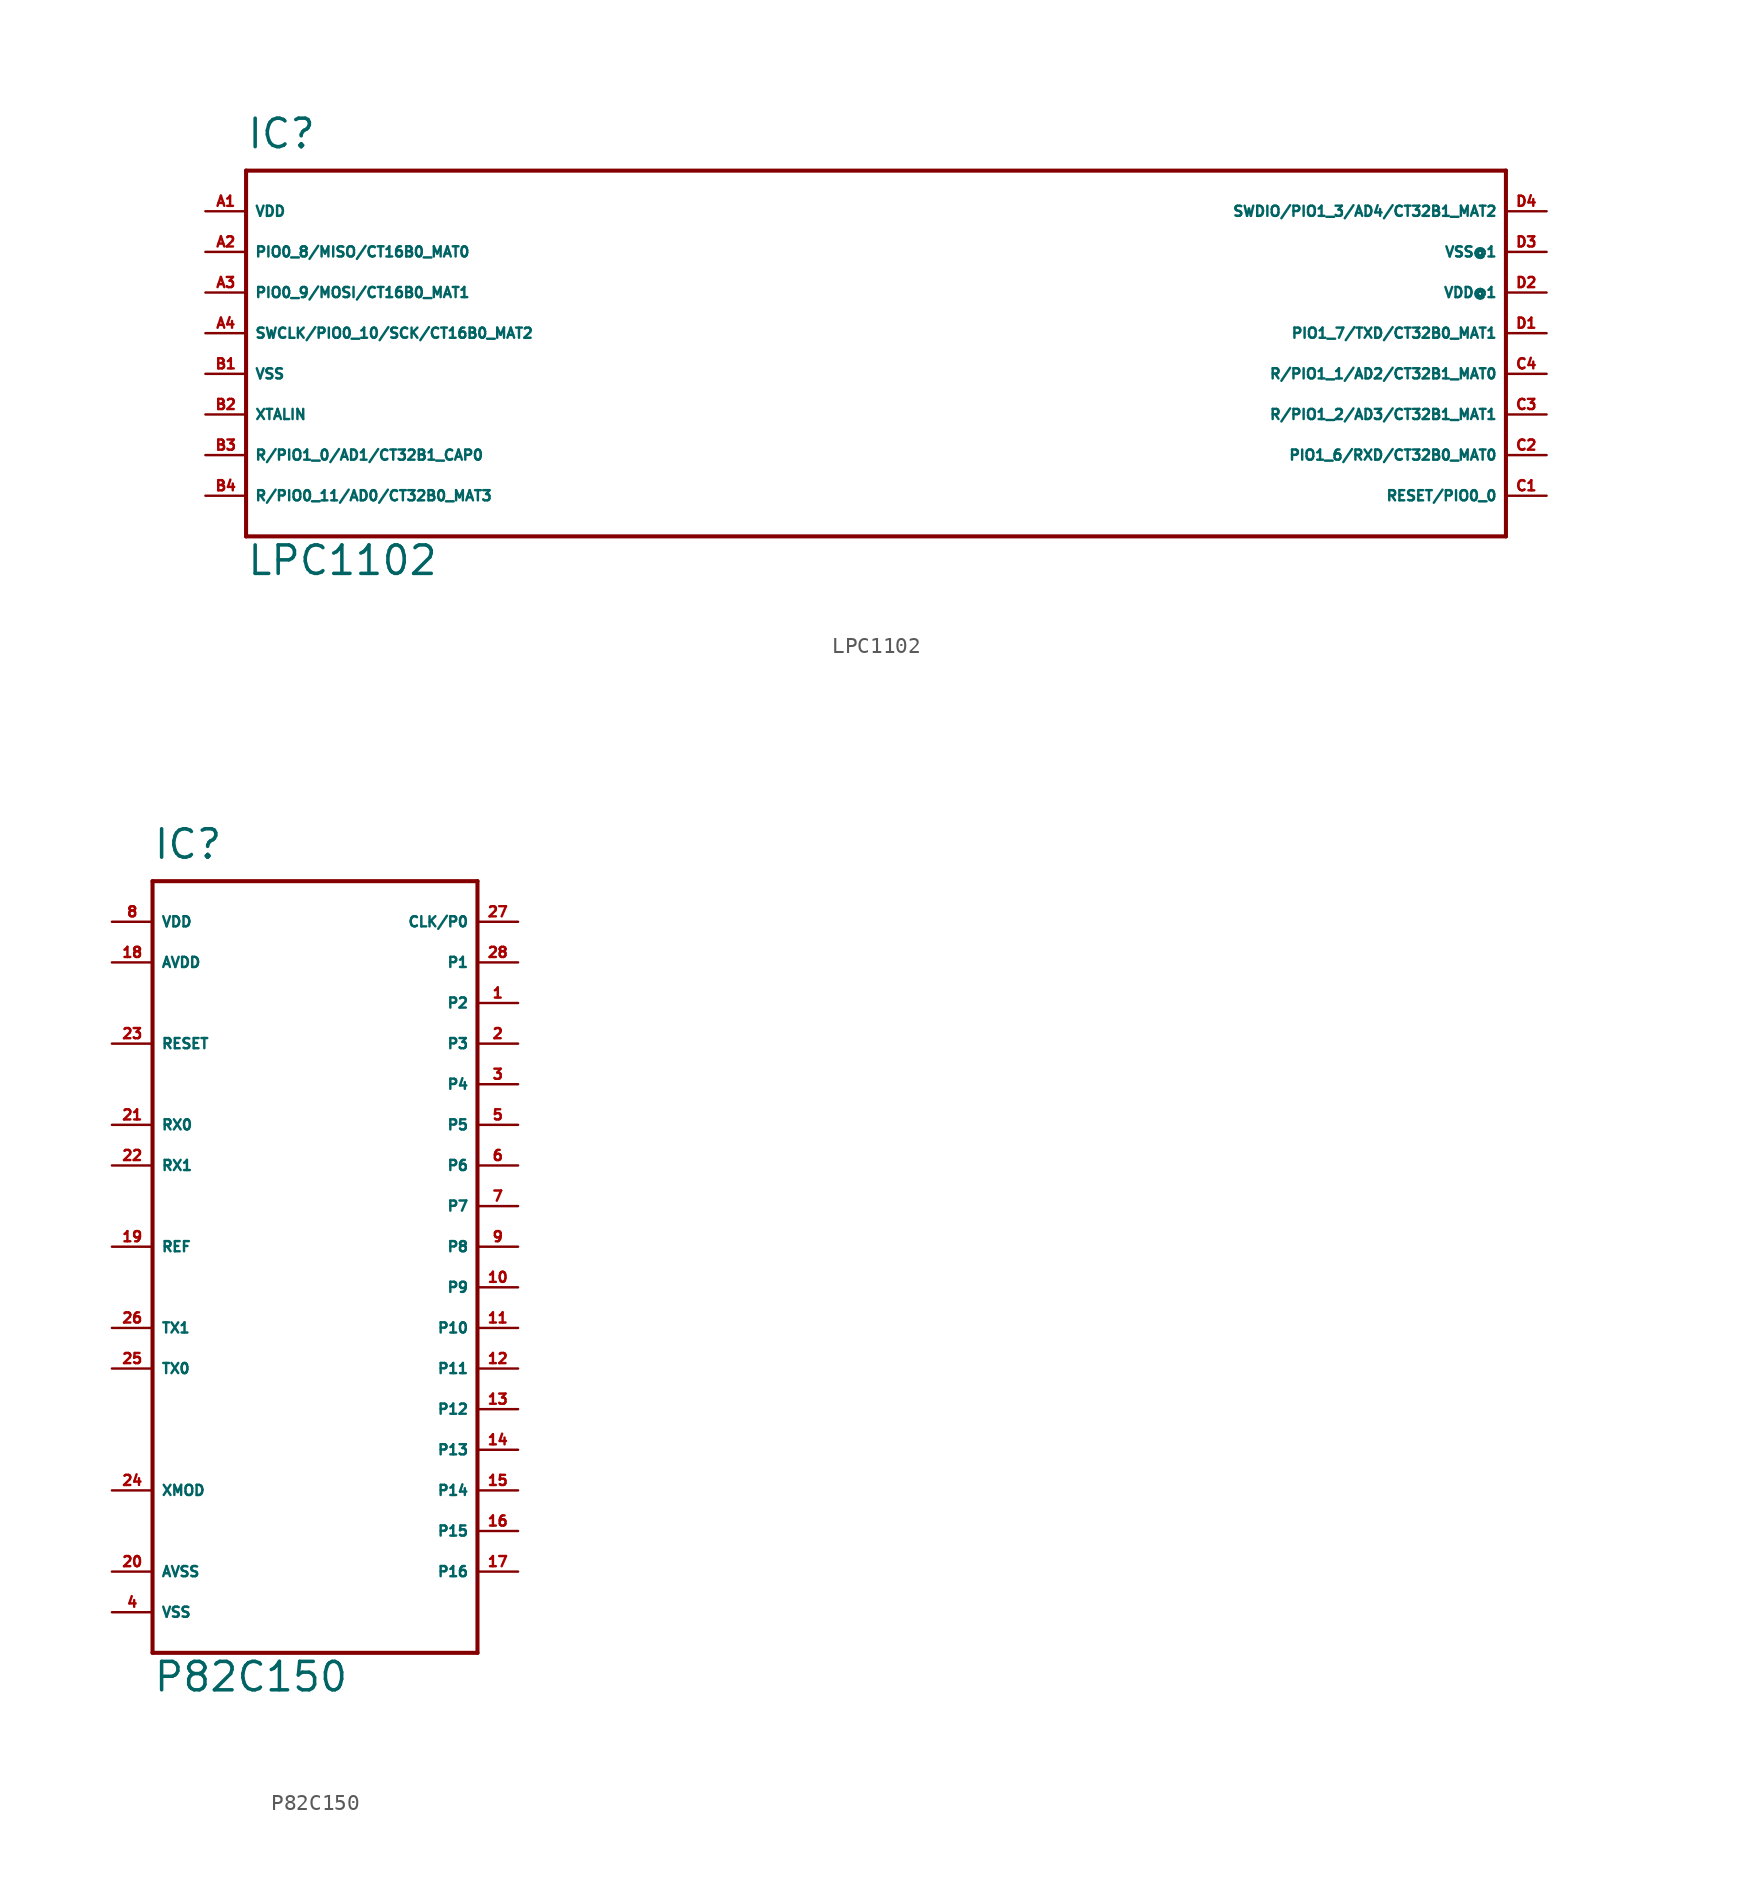
<source format=kicad_sym>
(kicad_symbol_lib
  (version 20220914)
  (generator Eagle2Kicad)
  (symbol "LPC1102"
    (property "Reference" "IC"
      (at -40.64 11.43 0)
      (effects (font (size 1.778 1.778) (thickness 0.22)) (justify left bottom)))
    (property "Value" "LPC1102"
      (at -40.64 -15.24 0)
      (effects (font (size 1.778 1.778) (thickness 0.22)) (justify left bottom)))
    (polyline
      (pts (xy -40.64 -12.7) (xy 38.1 -12.7))
      (stroke (width 0.254) (type default))
      (fill (type none)))
    (polyline
      (pts (xy 38.1 -12.7) (xy 38.1 10.16))
      (stroke (width 0.254) (type default))
      (fill (type none)))
    (polyline
      (pts (xy 38.1 10.16) (xy -40.64 10.16))
      (stroke (width 0.254) (type default))
      (fill (type none)))
    (polyline
      (pts (xy -40.64 10.16) (xy -40.64 -12.7))
      (stroke (width 0.254) (type default))
      (fill (type none)))
    (pin unspecified line
      (at -43.18 7.62 0)
      (length 2.54)
      (name "VDD" (effects (font (size 0.635 0.635) (thickness 0.08)) (justify left bottom)))
      (number "A1" (effects (font (size 0.635 0.635) (thickness 0.08)) (justify left bottom))))
    (pin bidirectional line
      (at -43.18 5.08 0)
      (length 2.54)
      (name "PIO0_8/MISO/CT16B0_MAT0" (effects (font (size 0.635 0.635) (thickness 0.08)) (justify left bottom)))
      (number "A2" (effects (font (size 0.635 0.635) (thickness 0.08)) (justify left bottom))))
    (pin bidirectional line
      (at -43.18 2.54 0)
      (length 2.54)
      (name "PIO0_9/MOSI/CT16B0_MAT1" (effects (font (size 0.635 0.635) (thickness 0.08)) (justify left bottom)))
      (number "A3" (effects (font (size 0.635 0.635) (thickness 0.08)) (justify left bottom))))
    (pin bidirectional line
      (at -43.18 0 0)
      (length 2.54)
      (name "SWCLK/PIO0_10/SCK/CT16B0_MAT2" (effects (font (size 0.635 0.635) (thickness 0.08)) (justify left bottom)))
      (number "A4" (effects (font (size 0.635 0.635) (thickness 0.08)) (justify left bottom))))
    (pin unspecified line
      (at -43.18 -2.54 0)
      (length 2.54)
      (name "VSS" (effects (font (size 0.635 0.635) (thickness 0.08)) (justify left bottom)))
      (number "B1" (effects (font (size 0.635 0.635) (thickness 0.08)) (justify left bottom))))
    (pin input line
      (at -43.18 -5.08 0)
      (length 2.54)
      (name "XTALIN" (effects (font (size 0.635 0.635) (thickness 0.08)) (justify left bottom)))
      (number "B2" (effects (font (size 0.635 0.635) (thickness 0.08)) (justify left bottom))))
    (pin bidirectional line
      (at -43.18 -7.62 0)
      (length 2.54)
      (name "R/PIO1_0/AD1/CT32B1_CAP0" (effects (font (size 0.635 0.635) (thickness 0.08)) (justify left bottom)))
      (number "B3" (effects (font (size 0.635 0.635) (thickness 0.08)) (justify left bottom))))
    (pin bidirectional line
      (at -43.18 -10.16 0)
      (length 2.54)
      (name "R/PIO0_11/AD0/CT32B0_MAT3" (effects (font (size 0.635 0.635) (thickness 0.08)) (justify left bottom)))
      (number "B4" (effects (font (size 0.635 0.635) (thickness 0.08)) (justify left bottom))))
    (pin bidirectional line
      (at 40.64 -10.16 180)
      (length 2.54)
      (name "RESET/PIO0_0" (effects (font (size 0.635 0.635) (thickness 0.08)) (justify left bottom)))
      (number "C1" (effects (font (size 0.635 0.635) (thickness 0.08)) (justify left bottom))))
    (pin bidirectional line
      (at 40.64 -7.62 180)
      (length 2.54)
      (name "PIO1_6/RXD/CT32B0_MAT0" (effects (font (size 0.635 0.635) (thickness 0.08)) (justify left bottom)))
      (number "C2" (effects (font (size 0.635 0.635) (thickness 0.08)) (justify left bottom))))
    (pin bidirectional line
      (at 40.64 -5.08 180)
      (length 2.54)
      (name "R/PIO1_2/AD3/CT32B1_MAT1" (effects (font (size 0.635 0.635) (thickness 0.08)) (justify left bottom)))
      (number "C3" (effects (font (size 0.635 0.635) (thickness 0.08)) (justify left bottom))))
    (pin bidirectional line
      (at 40.64 -2.54 180)
      (length 2.54)
      (name "R/PIO1_1/AD2/CT32B1_MAT0" (effects (font (size 0.635 0.635) (thickness 0.08)) (justify left bottom)))
      (number "C4" (effects (font (size 0.635 0.635) (thickness 0.08)) (justify left bottom))))
    (pin bidirectional line
      (at 40.64 0 180)
      (length 2.54)
      (name "PIO1_7/TXD/CT32B0_MAT1" (effects (font (size 0.635 0.635) (thickness 0.08)) (justify left bottom)))
      (number "D1" (effects (font (size 0.635 0.635) (thickness 0.08)) (justify left bottom))))
    (pin unspecified line
      (at 40.64 2.54 180)
      (length 2.54)
      (name "VDD@1" (effects (font (size 0.635 0.635) (thickness 0.08)) (justify left bottom)))
      (number "D2" (effects (font (size 0.635 0.635) (thickness 0.08)) (justify left bottom))))
    (pin unspecified line
      (at 40.64 5.08 180)
      (length 2.54)
      (name "VSS@1" (effects (font (size 0.635 0.635) (thickness 0.08)) (justify left bottom)))
      (number "D3" (effects (font (size 0.635 0.635) (thickness 0.08)) (justify left bottom))))
    (pin bidirectional line
      (at 40.64 7.62 180)
      (length 2.54)
      (name "SWDIO/PIO1_3/AD4/CT32B1_MAT2" (effects (font (size 0.635 0.635) (thickness 0.08)) (justify left bottom)))
      (number "D4" (effects (font (size 0.635 0.635) (thickness 0.08)) (justify left bottom)))))
  (symbol "P82C150"
    (property "Reference" "IC"
      (at -10.16 24.13 0)
      (effects (font (size 1.778 1.778) (thickness 0.22)) (justify left bottom)))
    (property "Value" "P82C150"
      (at -10.16 -27.94 0)
      (effects (font (size 1.778 1.778) (thickness 0.22)) (justify left bottom)))
    (polyline
      (pts (xy -10.16 22.86) (xy 10.16 22.86))
      (stroke (width 0.254) (type default))
      (fill (type none)))
    (polyline
      (pts (xy 10.16 22.86) (xy 10.16 -25.4))
      (stroke (width 0.254) (type default))
      (fill (type none)))
    (polyline
      (pts (xy 10.16 -25.4) (xy -10.16 -25.4))
      (stroke (width 0.254) (type default))
      (fill (type none)))
    (polyline
      (pts (xy -10.16 -25.4) (xy -10.16 22.86))
      (stroke (width 0.254) (type default))
      (fill (type none)))
    (pin output line
      (at -12.7 -5.08 0)
      (length 2.54)
      (name "TX1" (effects (font (size 0.635 0.635) (thickness 0.08)) (justify left bottom)))
      (number "26" (effects (font (size 0.635 0.635) (thickness 0.08)) (justify left bottom))))
    (pin output line
      (at -12.7 -7.62 0)
      (length 2.54)
      (name "TX0" (effects (font (size 0.635 0.635) (thickness 0.08)) (justify left bottom)))
      (number "25" (effects (font (size 0.635 0.635) (thickness 0.08)) (justify left bottom))))
    (pin output line
      (at -12.7 0 0)
      (length 2.54)
      (name "REF" (effects (font (size 0.635 0.635) (thickness 0.08)) (justify left bottom)))
      (number "19" (effects (font (size 0.635 0.635) (thickness 0.08)) (justify left bottom))))
    (pin input line
      (at -12.7 12.7 0)
      (length 2.54)
      (name "RESET" (effects (font (size 0.635 0.635) (thickness 0.08)) (justify left bottom)))
      (number "23" (effects (font (size 0.635 0.635) (thickness 0.08)) (justify left bottom))))
    (pin input line
      (at -12.7 -15.24 0)
      (length 2.54)
      (name "XMOD" (effects (font (size 0.635 0.635) (thickness 0.08)) (justify left bottom)))
      (number "24" (effects (font (size 0.635 0.635) (thickness 0.08)) (justify left bottom))))
    (pin input line
      (at -12.7 7.62 0)
      (length 2.54)
      (name "RX0" (effects (font (size 0.635 0.635) (thickness 0.08)) (justify left bottom)))
      (number "21" (effects (font (size 0.635 0.635) (thickness 0.08)) (justify left bottom))))
    (pin input line
      (at -12.7 5.08 0)
      (length 2.54)
      (name "RX1" (effects (font (size 0.635 0.635) (thickness 0.08)) (justify left bottom)))
      (number "22" (effects (font (size 0.635 0.635) (thickness 0.08)) (justify left bottom))))
    (pin input line
      (at -12.7 17.78 0)
      (length 2.54)
      (name "AVDD" (effects (font (size 0.635 0.635) (thickness 0.08)) (justify left bottom)))
      (number "18" (effects (font (size 0.635 0.635) (thickness 0.08)) (justify left bottom))))
    (pin input line
      (at -12.7 -20.32 0)
      (length 2.54)
      (name "AVSS" (effects (font (size 0.635 0.635) (thickness 0.08)) (justify left bottom)))
      (number "20" (effects (font (size 0.635 0.635) (thickness 0.08)) (justify left bottom))))
    (pin unspecified line
      (at -12.7 -22.86 0)
      (length 2.54)
      (name "VSS" (effects (font (size 0.635 0.635) (thickness 0.08)) (justify left bottom)))
      (number "4" (effects (font (size 0.635 0.635) (thickness 0.08)) (justify left bottom))))
    (pin unspecified line
      (at -12.7 20.32 0)
      (length 2.54)
      (name "VDD" (effects (font (size 0.635 0.635) (thickness 0.08)) (justify left bottom)))
      (number "8" (effects (font (size 0.635 0.635) (thickness 0.08)) (justify left bottom))))
    (pin bidirectional line
      (at 12.7 20.32 180)
      (length 2.54)
      (name "CLK/P0" (effects (font (size 0.635 0.635) (thickness 0.08)) (justify left bottom)))
      (number "27" (effects (font (size 0.635 0.635) (thickness 0.08)) (justify left bottom))))
    (pin bidirectional line
      (at 12.7 17.78 180)
      (length 2.54)
      (name "P1" (effects (font (size 0.635 0.635) (thickness 0.08)) (justify left bottom)))
      (number "28" (effects (font (size 0.635 0.635) (thickness 0.08)) (justify left bottom))))
    (pin bidirectional line
      (at 12.7 15.24 180)
      (length 2.54)
      (name "P2" (effects (font (size 0.635 0.635) (thickness 0.08)) (justify left bottom)))
      (number "1" (effects (font (size 0.635 0.635) (thickness 0.08)) (justify left bottom))))
    (pin bidirectional line
      (at 12.7 12.7 180)
      (length 2.54)
      (name "P3" (effects (font (size 0.635 0.635) (thickness 0.08)) (justify left bottom)))
      (number "2" (effects (font (size 0.635 0.635) (thickness 0.08)) (justify left bottom))))
    (pin bidirectional line
      (at 12.7 10.16 180)
      (length 2.54)
      (name "P4" (effects (font (size 0.635 0.635) (thickness 0.08)) (justify left bottom)))
      (number "3" (effects (font (size 0.635 0.635) (thickness 0.08)) (justify left bottom))))
    (pin bidirectional line
      (at 12.7 7.62 180)
      (length 2.54)
      (name "P5" (effects (font (size 0.635 0.635) (thickness 0.08)) (justify left bottom)))
      (number "5" (effects (font (size 0.635 0.635) (thickness 0.08)) (justify left bottom))))
    (pin bidirectional line
      (at 12.7 5.08 180)
      (length 2.54)
      (name "P6" (effects (font (size 0.635 0.635) (thickness 0.08)) (justify left bottom)))
      (number "6" (effects (font (size 0.635 0.635) (thickness 0.08)) (justify left bottom))))
    (pin bidirectional line
      (at 12.7 2.54 180)
      (length 2.54)
      (name "P7" (effects (font (size 0.635 0.635) (thickness 0.08)) (justify left bottom)))
      (number "7" (effects (font (size 0.635 0.635) (thickness 0.08)) (justify left bottom))))
    (pin bidirectional line
      (at 12.7 0 180)
      (length 2.54)
      (name "P8" (effects (font (size 0.635 0.635) (thickness 0.08)) (justify left bottom)))
      (number "9" (effects (font (size 0.635 0.635) (thickness 0.08)) (justify left bottom))))
    (pin bidirectional line
      (at 12.7 -2.54 180)
      (length 2.54)
      (name "P9" (effects (font (size 0.635 0.635) (thickness 0.08)) (justify left bottom)))
      (number "10" (effects (font (size 0.635 0.635) (thickness 0.08)) (justify left bottom))))
    (pin bidirectional line
      (at 12.7 -5.08 180)
      (length 2.54)
      (name "P10" (effects (font (size 0.635 0.635) (thickness 0.08)) (justify left bottom)))
      (number "11" (effects (font (size 0.635 0.635) (thickness 0.08)) (justify left bottom))))
    (pin bidirectional line
      (at 12.7 -7.62 180)
      (length 2.54)
      (name "P11" (effects (font (size 0.635 0.635) (thickness 0.08)) (justify left bottom)))
      (number "12" (effects (font (size 0.635 0.635) (thickness 0.08)) (justify left bottom))))
    (pin bidirectional line
      (at 12.7 -10.16 180)
      (length 2.54)
      (name "P12" (effects (font (size 0.635 0.635) (thickness 0.08)) (justify left bottom)))
      (number "13" (effects (font (size 0.635 0.635) (thickness 0.08)) (justify left bottom))))
    (pin bidirectional line
      (at 12.7 -12.7 180)
      (length 2.54)
      (name "P13" (effects (font (size 0.635 0.635) (thickness 0.08)) (justify left bottom)))
      (number "14" (effects (font (size 0.635 0.635) (thickness 0.08)) (justify left bottom))))
    (pin bidirectional line
      (at 12.7 -15.24 180)
      (length 2.54)
      (name "P14" (effects (font (size 0.635 0.635) (thickness 0.08)) (justify left bottom)))
      (number "15" (effects (font (size 0.635 0.635) (thickness 0.08)) (justify left bottom))))
    (pin bidirectional line
      (at 12.7 -17.78 180)
      (length 2.54)
      (name "P15" (effects (font (size 0.635 0.635) (thickness 0.08)) (justify left bottom)))
      (number "16" (effects (font (size 0.635 0.635) (thickness 0.08)) (justify left bottom))))
    (pin bidirectional line
      (at 12.7 -20.32 180)
      (length 2.54)
      (name "P16" (effects (font (size 0.635 0.635) (thickness 0.08)) (justify left bottom)))
      (number "17" (effects (font (size 0.635 0.635) (thickness 0.08)) (justify left bottom))))))
</source>
